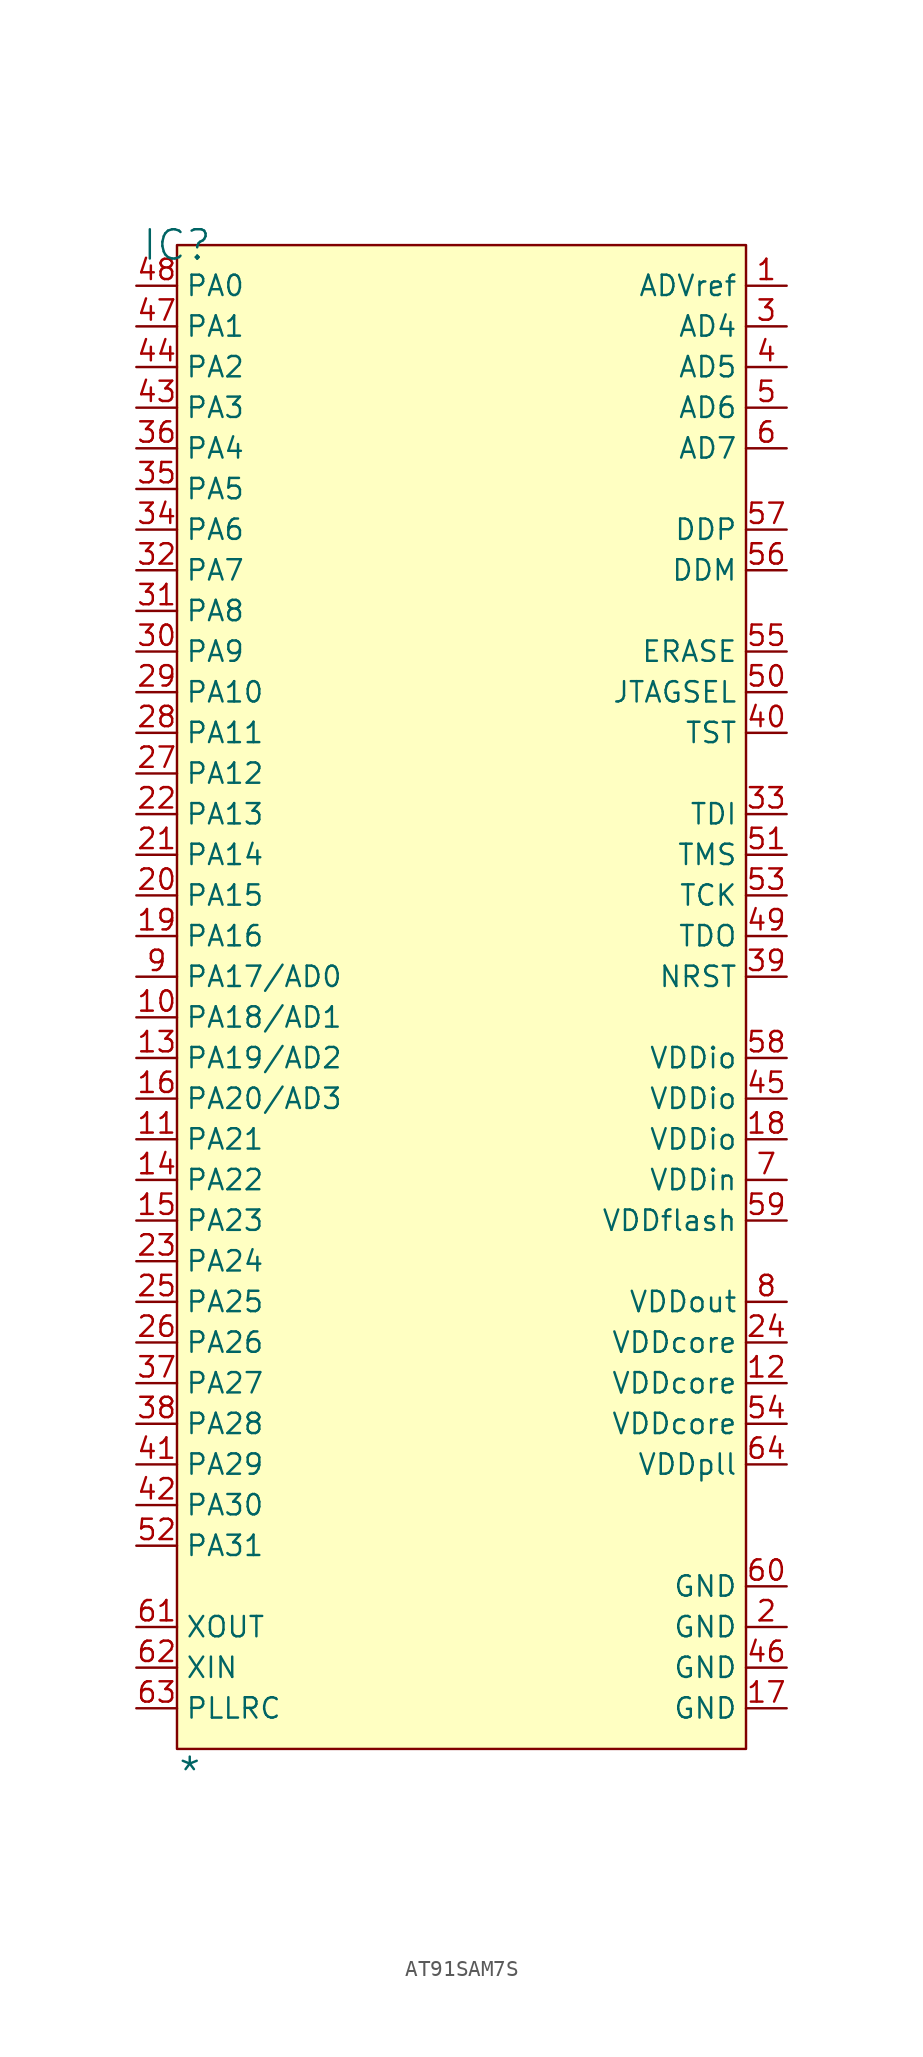
<source format=kicad_sym>
(kicad_symbol_lib
  (version 20241209)
  (generator "kicad_symbol_editor")
  (generator_version "9.0")
  (symbol "AT91SAM7S"
    (property "Reference" "IC"
      (at 0 0 0)
      (effects (font (size 1.829 1.829))))
    (property "Value" "*"
      (at 0 -96.52 0)
      (effects (font (size 1.829 1.829)) (justify left bottom)))
    (symbol "AT91SAM7S_1_0"
      (rectangle (start 35.56 0) (end 0 -93.98) (stroke (width 0) (type solid) (color 128 0 0 1)) (fill (type background)))
      (pin passive line (at -2.54 -2.54 0) (length 2.54) (name "PA0" (effects (font (size 1.27 1.27)))) (number "48" (effects (font (size 1.27 1.27)))))
      (pin passive line (at -2.54 -5.08 0) (length 2.54) (name "PA1" (effects (font (size 1.27 1.27)))) (number "47" (effects (font (size 1.27 1.27)))))
      (pin passive line (at -2.54 -7.62 0) (length 2.54) (name "PA2" (effects (font (size 1.27 1.27)))) (number "44" (effects (font (size 1.27 1.27)))))
      (pin passive line (at -2.54 -10.16 0) (length 2.54) (name "PA3" (effects (font (size 1.27 1.27)))) (number "43" (effects (font (size 1.27 1.27)))))
      (pin passive line (at -2.54 -12.7 0) (length 2.54) (name "PA4" (effects (font (size 1.27 1.27)))) (number "36" (effects (font (size 1.27 1.27)))))
      (pin passive line (at -2.54 -15.24 0) (length 2.54) (name "PA5" (effects (font (size 1.27 1.27)))) (number "35" (effects (font (size 1.27 1.27)))))
      (pin passive line (at -2.54 -17.78 0) (length 2.54) (name "PA6" (effects (font (size 1.27 1.27)))) (number "34" (effects (font (size 1.27 1.27)))))
      (pin passive line (at -2.54 -20.32 0) (length 2.54) (name "PA7" (effects (font (size 1.27 1.27)))) (number "32" (effects (font (size 1.27 1.27)))))
      (pin passive line (at -2.54 -22.86 0) (length 2.54) (name "PA8" (effects (font (size 1.27 1.27)))) (number "31" (effects (font (size 1.27 1.27)))))
      (pin passive line (at -2.54 -25.4 0) (length 2.54) (name "PA9" (effects (font (size 1.27 1.27)))) (number "30" (effects (font (size 1.27 1.27)))))
      (pin passive line (at -2.54 -27.94 0) (length 2.54) (name "PA10" (effects (font (size 1.27 1.27)))) (number "29" (effects (font (size 1.27 1.27)))))
      (pin passive line (at -2.54 -30.48 0) (length 2.54) (name "PA11" (effects (font (size 1.27 1.27)))) (number "28" (effects (font (size 1.27 1.27)))))
      (pin passive line (at -2.54 -33.02 0) (length 2.54) (name "PA12" (effects (font (size 1.27 1.27)))) (number "27" (effects (font (size 1.27 1.27)))))
      (pin passive line (at -2.54 -35.56 0) (length 2.54) (name "PA13" (effects (font (size 1.27 1.27)))) (number "22" (effects (font (size 1.27 1.27)))))
      (pin passive line (at -2.54 -38.1 0) (length 2.54) (name "PA14" (effects (font (size 1.27 1.27)))) (number "21" (effects (font (size 1.27 1.27)))))
      (pin passive line (at -2.54 -40.64 0) (length 2.54) (name "PA15" (effects (font (size 1.27 1.27)))) (number "20" (effects (font (size 1.27 1.27)))))
      (pin passive line (at -2.54 -43.18 0) (length 2.54) (name "PA16" (effects (font (size 1.27 1.27)))) (number "19" (effects (font (size 1.27 1.27)))))
      (pin passive line (at -2.54 -45.72 0) (length 2.54) (name "PA17/AD0" (effects (font (size 1.27 1.27)))) (number "9" (effects (font (size 1.27 1.27)))))
      (pin passive line (at -2.54 -48.26 0) (length 2.54) (name "PA18/AD1" (effects (font (size 1.27 1.27)))) (number "10" (effects (font (size 1.27 1.27)))))
      (pin passive line (at -2.54 -50.8 0) (length 2.54) (name "PA19/AD2" (effects (font (size 1.27 1.27)))) (number "13" (effects (font (size 1.27 1.27)))))
      (pin passive line (at -2.54 -53.34 0) (length 2.54) (name "PA20/AD3" (effects (font (size 1.27 1.27)))) (number "16" (effects (font (size 1.27 1.27)))))
      (pin passive line (at -2.54 -55.88 0) (length 2.54) (name "PA21" (effects (font (size 1.27 1.27)))) (number "11" (effects (font (size 1.27 1.27)))))
      (pin passive line (at -2.54 -58.42 0) (length 2.54) (name "PA22" (effects (font (size 1.27 1.27)))) (number "14" (effects (font (size 1.27 1.27)))))
      (pin passive line (at -2.54 -60.96 0) (length 2.54) (name "PA23" (effects (font (size 1.27 1.27)))) (number "15" (effects (font (size 1.27 1.27)))))
      (pin passive line (at -2.54 -63.5 0) (length 2.54) (name "PA24" (effects (font (size 1.27 1.27)))) (number "23" (effects (font (size 1.27 1.27)))))
      (pin passive line (at -2.54 -66.04 0) (length 2.54) (name "PA25" (effects (font (size 1.27 1.27)))) (number "25" (effects (font (size 1.27 1.27)))))
      (pin passive line (at -2.54 -68.58 0) (length 2.54) (name "PA26" (effects (font (size 1.27 1.27)))) (number "26" (effects (font (size 1.27 1.27)))))
      (pin passive line (at -2.54 -71.12 0) (length 2.54) (name "PA27" (effects (font (size 1.27 1.27)))) (number "37" (effects (font (size 1.27 1.27)))))
      (pin passive line (at -2.54 -73.66 0) (length 2.54) (name "PA28" (effects (font (size 1.27 1.27)))) (number "38" (effects (font (size 1.27 1.27)))))
      (pin passive line (at -2.54 -76.2 0) (length 2.54) (name "PA29" (effects (font (size 1.27 1.27)))) (number "41" (effects (font (size 1.27 1.27)))))
      (pin passive line (at -2.54 -78.74 0) (length 2.54) (name "PA30" (effects (font (size 1.27 1.27)))) (number "42" (effects (font (size 1.27 1.27)))))
      (pin passive line (at -2.54 -81.28 0) (length 2.54) (name "PA31" (effects (font (size 1.27 1.27)))) (number "52" (effects (font (size 1.27 1.27)))))
      (pin passive line (at -2.54 -86.36 0) (length 2.54) (name "XOUT" (effects (font (size 1.27 1.27)))) (number "61" (effects (font (size 1.27 1.27)))))
      (pin passive line (at -2.54 -88.9 0) (length 2.54) (name "XIN" (effects (font (size 1.27 1.27)))) (number "62" (effects (font (size 1.27 1.27)))))
      (pin passive line (at -2.54 -91.44 0) (length 2.54) (name "PLLRC" (effects (font (size 1.27 1.27)))) (number "63" (effects (font (size 1.27 1.27)))))
      (pin passive line (at 38.1 -2.54 180) (length 2.54) (name "ADVref" (effects (font (size 1.27 1.27)))) (number "1" (effects (font (size 1.27 1.27)))))
      (pin passive line (at 38.1 -5.08 180) (length 2.54) (name "AD4" (effects (font (size 1.27 1.27)))) (number "3" (effects (font (size 1.27 1.27)))))
      (pin passive line (at 38.1 -7.62 180) (length 2.54) (name "AD5" (effects (font (size 1.27 1.27)))) (number "4" (effects (font (size 1.27 1.27)))))
      (pin passive line (at 38.1 -10.16 180) (length 2.54) (name "AD6" (effects (font (size 1.27 1.27)))) (number "5" (effects (font (size 1.27 1.27)))))
      (pin passive line (at 38.1 -12.7 180) (length 2.54) (name "AD7" (effects (font (size 1.27 1.27)))) (number "6" (effects (font (size 1.27 1.27)))))
      (pin passive line (at 38.1 -17.78 180) (length 2.54) (name "DDP" (effects (font (size 1.27 1.27)))) (number "57" (effects (font (size 1.27 1.27)))))
      (pin passive line (at 38.1 -20.32 180) (length 2.54) (name "DDM" (effects (font (size 1.27 1.27)))) (number "56" (effects (font (size 1.27 1.27)))))
      (pin passive line (at 38.1 -25.4 180) (length 2.54) (name "ERASE" (effects (font (size 1.27 1.27)))) (number "55" (effects (font (size 1.27 1.27)))))
      (pin passive line (at 38.1 -27.94 180) (length 2.54) (name "JTAGSEL" (effects (font (size 1.27 1.27)))) (number "50" (effects (font (size 1.27 1.27)))))
      (pin passive line (at 38.1 -30.48 180) (length 2.54) (name "TST" (effects (font (size 1.27 1.27)))) (number "40" (effects (font (size 1.27 1.27)))))
      (pin passive line (at 38.1 -35.56 180) (length 2.54) (name "TDI" (effects (font (size 1.27 1.27)))) (number "33" (effects (font (size 1.27 1.27)))))
      (pin passive line (at 38.1 -38.1 180) (length 2.54) (name "TMS" (effects (font (size 1.27 1.27)))) (number "51" (effects (font (size 1.27 1.27)))))
      (pin passive line (at 38.1 -40.64 180) (length 2.54) (name "TCK" (effects (font (size 1.27 1.27)))) (number "53" (effects (font (size 1.27 1.27)))))
      (pin passive line (at 38.1 -43.18 180) (length 2.54) (name "TDO" (effects (font (size 1.27 1.27)))) (number "49" (effects (font (size 1.27 1.27)))))
      (pin passive line (at 38.1 -45.72 180) (length 2.54) (name "NRST" (effects (font (size 1.27 1.27)))) (number "39" (effects (font (size 1.27 1.27)))))
      (pin passive line (at 38.1 -50.8 180) (length 2.54) (name "VDDio" (effects (font (size 1.27 1.27)))) (number "58" (effects (font (size 1.27 1.27)))))
      (pin passive line (at 38.1 -53.34 180) (length 2.54) (name "VDDio" (effects (font (size 1.27 1.27)))) (number "45" (effects (font (size 1.27 1.27)))))
      (pin passive line (at 38.1 -55.88 180) (length 2.54) (name "VDDio" (effects (font (size 1.27 1.27)))) (number "18" (effects (font (size 1.27 1.27)))))
      (pin passive line (at 38.1 -58.42 180) (length 2.54) (name "VDDin" (effects (font (size 1.27 1.27)))) (number "7" (effects (font (size 1.27 1.27)))))
      (pin passive line (at 38.1 -60.96 180) (length 2.54) (name "VDDflash" (effects (font (size 1.27 1.27)))) (number "59" (effects (font (size 1.27 1.27)))))
      (pin passive line (at 38.1 -66.04 180) (length 2.54) (name "VDDout" (effects (font (size 1.27 1.27)))) (number "8" (effects (font (size 1.27 1.27)))))
      (pin passive line (at 38.1 -68.58 180) (length 2.54) (name "VDDcore" (effects (font (size 1.27 1.27)))) (number "24" (effects (font (size 1.27 1.27)))))
      (pin passive line (at 38.1 -71.12 180) (length 2.54) (name "VDDcore" (effects (font (size 1.27 1.27)))) (number "12" (effects (font (size 1.27 1.27)))))
      (pin passive line (at 38.1 -73.66 180) (length 2.54) (name "VDDcore" (effects (font (size 1.27 1.27)))) (number "54" (effects (font (size 1.27 1.27)))))
      (pin passive line (at 38.1 -76.2 180) (length 2.54) (name "VDDpll" (effects (font (size 1.27 1.27)))) (number "64" (effects (font (size 1.27 1.27)))))
      (pin passive line (at 38.1 -83.82 180) (length 2.54) (name "GND" (effects (font (size 1.27 1.27)))) (number "60" (effects (font (size 1.27 1.27)))))
      (pin passive line (at 38.1 -86.36 180) (length 2.54) (name "GND" (effects (font (size 1.27 1.27)))) (number "2" (effects (font (size 1.27 1.27)))))
      (pin passive line (at 38.1 -88.9 180) (length 2.54) (name "GND" (effects (font (size 1.27 1.27)))) (number "46" (effects (font (size 1.27 1.27)))))
      (pin passive line (at 38.1 -91.44 180) (length 2.54) (name "GND" (effects (font (size 1.27 1.27)))) (number "17" (effects (font (size 1.27 1.27))))))))
</source>
